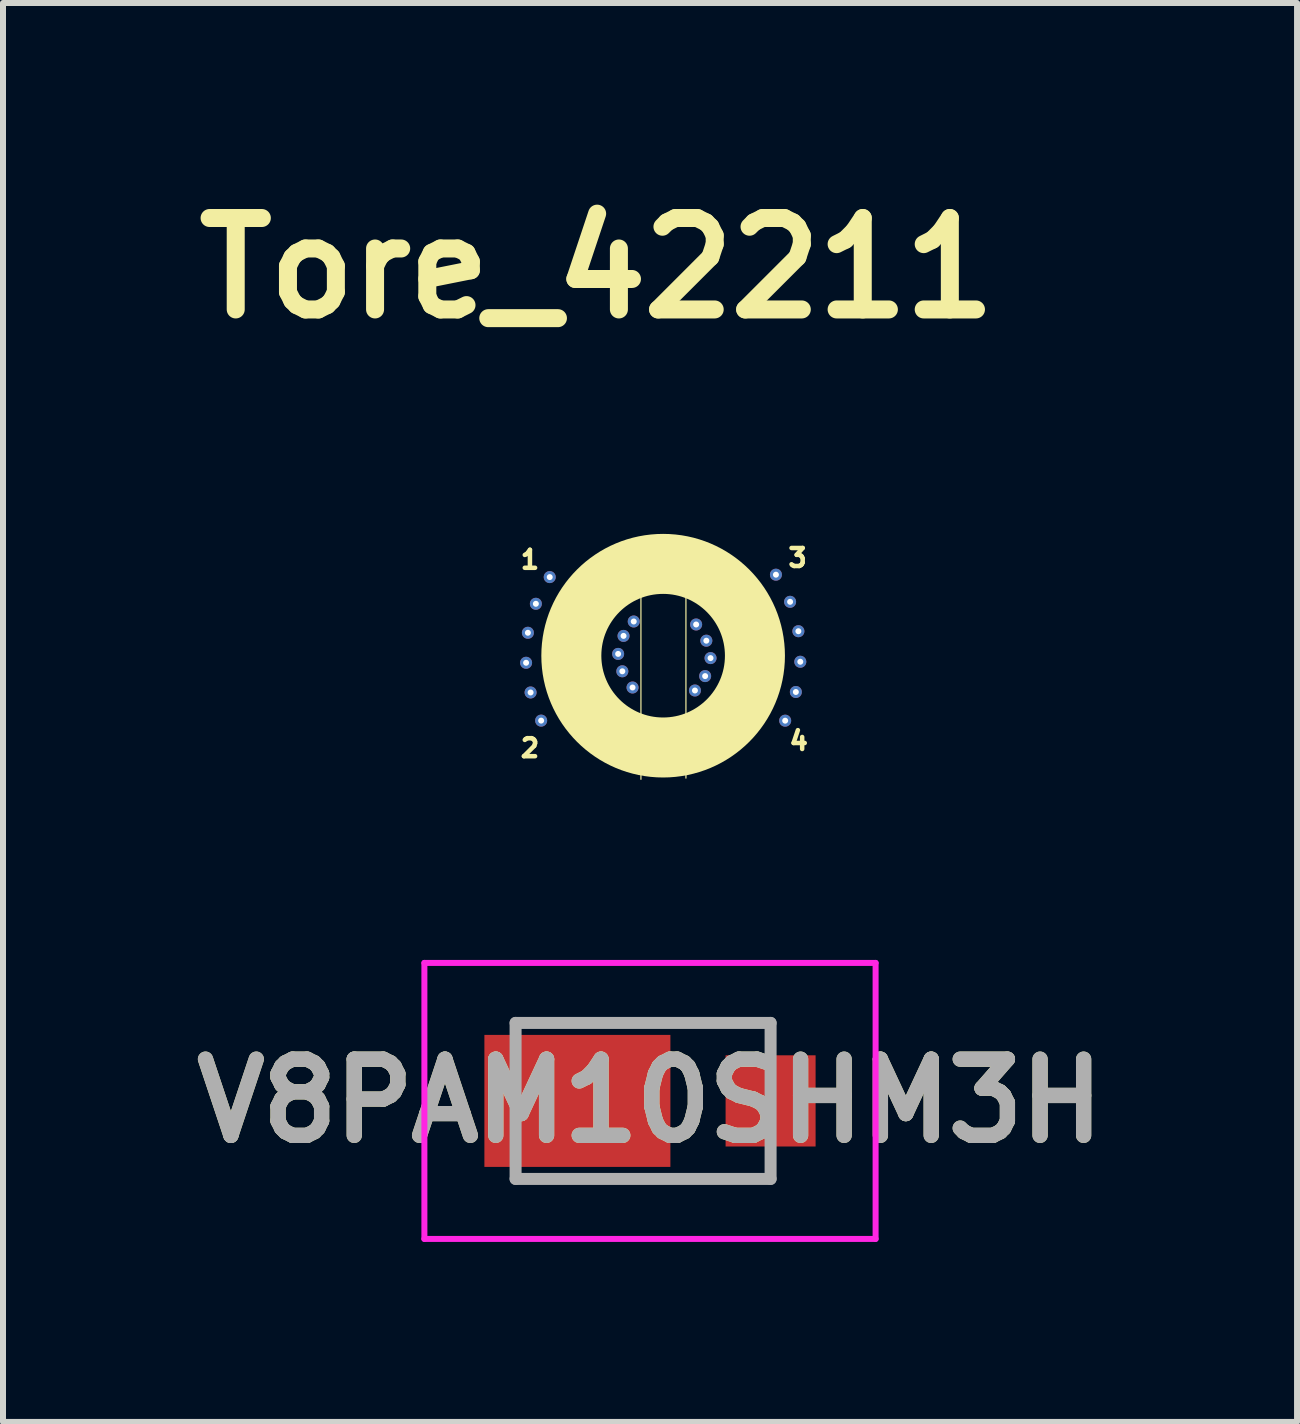
<source format=kicad_pcb>
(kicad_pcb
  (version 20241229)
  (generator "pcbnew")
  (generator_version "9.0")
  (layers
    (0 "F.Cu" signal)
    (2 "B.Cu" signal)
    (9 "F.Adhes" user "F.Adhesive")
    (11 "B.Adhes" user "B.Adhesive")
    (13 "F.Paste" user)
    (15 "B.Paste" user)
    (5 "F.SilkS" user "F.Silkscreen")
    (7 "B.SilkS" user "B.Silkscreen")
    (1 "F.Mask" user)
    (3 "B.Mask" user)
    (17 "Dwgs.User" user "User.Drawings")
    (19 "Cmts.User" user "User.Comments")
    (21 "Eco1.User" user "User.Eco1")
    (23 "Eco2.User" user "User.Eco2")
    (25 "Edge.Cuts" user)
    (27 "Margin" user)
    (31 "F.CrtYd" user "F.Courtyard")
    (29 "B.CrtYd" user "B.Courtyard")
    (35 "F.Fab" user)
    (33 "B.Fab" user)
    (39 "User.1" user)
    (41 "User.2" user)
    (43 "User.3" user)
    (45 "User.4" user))
  (footprint "Tore_42211"
    (layer "F.Cu")
    (at 8.012 7.888)
    (property "Reference" "Tore_42211" (at -1.11 -6.47 0) (layer "F.SilkS") (effects (font (size 1.524 1.524) (thickness 0.3))))
    (attr through_hole)
    (fp_line (start -0.38 -1.82) (end -0.38 2.05) (stroke (width 0.02) (type solid)) (layer "F.SilkS"))
    (fp_line (start 0.37 -1.84) (end 0.37 2.03) (stroke (width 0.02) (type solid)) (layer "F.SilkS"))
    (fp_circle (center -0.01 -0.01) (end 1.52 -0.01) (stroke (width 1) (type solid)) (fill no) (layer "F.SilkS"))
    (fp_line (start -2.29 0.1) (end -0.68 0.24) (stroke (width 0.12) (type solid)) (layer "In2.Cu"))
    (fp_line (start -2.28 -0.39) (end -0.74 -0.04) (stroke (width 0.12) (type solid)) (layer "In2.Cu"))
    (fp_line (start -2.15 -0.88) (end -0.66 -0.34) (stroke (width 0.12) (type solid)) (layer "In2.Cu"))
    (fp_line (start -1.91 -1.32) (end -0.48 -0.58) (stroke (width 0.12) (type solid)) (layer "In2.Cu"))
    (fp_line (start -0.51 0.52) (end -2.24 0.61) (stroke (width 0.12) (type solid)) (layer "In2.Cu"))
    (fp_line (start 0.55 -0.52) (end 2.12 -0.9) (stroke (width 0.12) (type solid)) (layer "In2.Cu"))
    (fp_line (start 2.03 1.07) (end 0.5 0.57) (stroke (width 0.12) (type solid)) (layer "In2.Cu"))
    (fp_line (start 2.21 0.61) (end 0.68 0.33) (stroke (width 0.12) (type solid)) (layer "In2.Cu"))
    (fp_line (start 2.25 -0.42) (end 0.7 -0.25) (stroke (width 0.12) (type solid)) (layer "In2.Cu"))
    (fp_line (start 2.27 0.09) (end 0.76 0.03) (stroke (width 0.12) (type solid)) (layer "In2.Cu"))
    (fp_poly (pts (xy 0.158 -2.031) (xy 0.3 -2.015) (xy 0.44 -1.988) (xy 0.476 -1.98) (xy 0.614 -1.941) (xy 0.747 -1.894) (xy 0.876 -1.837) (xy 1 -1.773) (xy 1.119 -1.701) (xy 1.232 -1.621) (xy 1.339 -1.534) (xy 1.44 -1.44) (xy 1.534 -1.34) (xy 1.621 -1.233) (xy 1.701 -1.121) (xy 1.773 -1.003) (xy 1.838 -0.881) (xy 1.893 -0.753) (xy 1.941 -0.621) (xy 1.979 -0.486) (xy 1.998 -0.398) (xy 2.021 -0.259) (xy 2.033 -0.12) (xy 2.036 0.019) (xy 2.028 0.159) (xy 2.011 0.3) (xy 2.003 0.346) (xy 1.973 0.484) (xy 1.934 0.618) (xy 1.886 0.749) (xy 1.828 0.876) (xy 1.762 0.999) (xy 1.688 1.117) (xy 1.605 1.23) (xy 1.514 1.338) (xy 1.416 1.439) (xy 1.311 1.534) (xy 1.199 1.622) (xy 1.125 1.673) (xy 1.004 1.747) (xy 0.879 1.813) (xy 0.75 1.869) (xy 0.617 1.917) (xy 0.481 1.955) (xy 0.343 1.984) (xy 0.203 2.004) (xy 0.063 2.013) (xy -0.018 2.014) (xy -0.05 2.014) (xy -0.079 2.013) (xy -0.105 2.012) (xy -0.125 2.012) (xy -0.135 2.011) (xy -0.28 1.997) (xy -0.422 1.973) (xy -0.561 1.939) (xy -0.697 1.896) (xy -0.829 1.843) (xy -0.957 1.782) (xy -1.081 1.712) (xy -1.2 1.633) (xy -1.313 1.546) (xy -1.421 1.451) (xy -1.46 1.412) (xy -1.559 1.307) (xy -1.649 1.195) (xy -1.73 1.079) (xy -1.803 0.957) (xy -1.867 0.831) (xy -1.922 0.7) (xy -1.968 0.566) (xy -2.004 0.427) (xy -2.031 0.285) (xy -2.041 0.214) (xy -2.045 0.173) (xy -2.047 0.124) (xy -2.049 0.069) (xy -2.05 0.012) (xy -2.05 -0.012) (xy -1.033 -0.012) (xy -1.028 0.09) (xy -1.014 0.188) (xy -0.991 0.282) (xy -0.959 0.373) (xy -0.916 0.462) (xy -0.885 0.516) (xy -0.831 0.596) (xy -0.769 0.67) (xy -0.7 0.738) (xy -0.626 0.799) (xy -0.546 0.853) (xy -0.462 0.9) (xy -0.375 0.938) (xy -0.285 0.968) (xy -0.194 0.988) (xy -0.155 0.993) (xy -0.133 0.996) (xy -0.114 0.999) (xy -0.1 1.001) (xy -0.097 1.001) (xy -0.083 1.002) (xy -0.061 1.003) (xy -0.033 1.003) (xy -0.001 1.002) (xy 0.033 1.001) (xy 0.068 0.999) (xy 0.1 0.997) (xy 0.128 0.995) (xy 0.15 0.993) (xy 0.157 0.991) (xy 0.237 0.975) (xy 0.312 0.954) (xy 0.385 0.927) (xy 0.449 0.898) (xy 0.537 0.849) (xy 0.619 0.792) (xy 0.694 0.728) (xy 0.763 0.657) (xy 0.825 0.58) (xy 0.879 0.497) (xy 0.925 0.408) (xy 0.963 0.315) (xy 0.99 0.224) (xy 1.005 0.148) (xy 1.013 0.067) (xy 1.016 -0.017) (xy 1.012 -0.101) (xy 1.002 -0.184) (xy 0.99 -0.245) (xy 0.964 -0.334) (xy 0.93 -0.422) (xy 0.886 -0.508) (xy 0.836 -0.59) (xy 0.811 -0.624) (xy 0.791 -0.649) (xy 0.764 -0.679) (xy 0.733 -0.711) (xy 0.701 -0.744) (xy 0.669 -0.774) (xy 0.639 -0.8) (xy 0.616 -0.819) (xy 0.532 -0.876) (xy 0.443 -0.925) (xy 0.35 -0.964) (xy 0.252 -0.995) (xy 0.152 -1.016) (xy 0.12 -1.02) (xy 0.08 -1.023) (xy 0.035 -1.025) (xy -0.012 -1.025) (xy -0.059 -1.025) (xy -0.103 -1.023) (xy -0.142 -1.02) (xy -0.17 -1.016) (xy -0.247 -1.001) (xy -0.317 -0.981) (xy -0.385 -0.957) (xy -0.453 -0.928) (xy -0.465 -0.922) (xy -0.553 -0.873) (xy -0.634 -0.817) (xy -0.71 -0.753) (xy -0.779 -0.683) (xy -0.841 -0.606) (xy -0.895 -0.523) (xy -0.941 -0.436) (xy -0.978 -0.344) (xy -1 -0.271) (xy -1.014 -0.213) (xy -1.024 -0.158) (xy -1.03 -0.101) (xy -1.032 -0.04) (xy -1.033 -0.012) (xy -2.05 -0.012) (xy -2.05 -0.047) (xy -2.049 -0.104) (xy -2.047 -0.158) (xy -2.044 -0.206) (xy -2.041 -0.238) (xy -2.018 -0.382) (xy -1.986 -0.523) (xy -1.945 -0.659) (xy -1.894 -0.793) (xy -1.834 -0.922) (xy -1.765 -1.047) (xy -1.736 -1.094) (xy -1.656 -1.209) (xy -1.569 -1.319) (xy -1.473 -1.423) (xy -1.37 -1.521) (xy -1.261 -1.611) (xy -1.147 -1.694) (xy -1.066 -1.745) (xy -0.94 -1.815) (xy -0.811 -1.875) (xy -0.678 -1.926) (xy -0.543 -1.968) (xy -0.405 -2) (xy -0.265 -2.022) (xy -0.125 -2.035) (xy 0.017 -2.038) (xy 0.158 -2.031)) (stroke (width 0.01) (type solid)) (fill no) (layer "Eco1.User"))
    (fp_text user "1" (at -2.23 -1.61 0) (layer "F.SilkS") (effects (font (size 0.3 0.3) (thickness 0.075))))
    (fp_text user "4" (at 2.25 1.41 0) (layer "F.SilkS") (effects (font (size 0.3 0.3) (thickness 0.075))))
    (fp_text user "3" (at 2.23 -1.64 0) (layer "F.SilkS") (effects (font (size 0.3 0.3) (thickness 0.075))))
    (fp_text user "2" (at -2.23 1.53 0) (layer "F.SilkS") (effects (font (size 0.3 0.3) (thickness 0.075))))
    (pad "" thru_hole circle (at -2.294 0.108 36) (size 0.2 0.2) (drill 0.1) (layers "*.Cu" "*.Mask"))
    (pad "" thru_hole circle (at -2.264 -0.392 24) (size 0.2 0.2) (drill 0.1) (layers "*.Cu" "*.Mask"))
    (pad "" thru_hole circle (at -2.219 0.603 48) (size 0.2 0.2) (drill 0.1) (layers "*.Cu" "*.Mask"))
    (pad "" thru_hole circle (at -2.131 -0.875 12) (size 0.2 0.2) (drill 0.1) (layers "*.Cu" "*.Mask"))
    (pad "" thru_hole circle (at -0.76 -0.04 60) (size 0.2 0.2) (drill 0.1) (layers "*.Cu" "*.Mask"))
    (pad "" thru_hole circle (at -0.69 0.25 90) (size 0.2 0.2) (drill 0.1) (layers "*.Cu" "*.Mask"))
    (pad "" thru_hole circle (at -0.67 -0.34 30) (size 0.2 0.2) (drill 0.1) (layers "*.Cu" "*.Mask"))
    (pad "" thru_hole circle (at -0.52 0.52 120) (size 0.2 0.2) (drill 0.1) (layers "*.Cu" "*.Mask"))
    (pad "" thru_hole circle (at -0.5 -0.58) (size 0.2 0.2) (drill 0.1) (layers "*.Cu" "*.Mask"))
    (pad "" thru_hole circle (at 0.52 0.57 180) (size 0.2 0.2) (drill 0.1) (layers "*.Cu" "*.Mask"))
    (pad "" thru_hole circle (at 0.54 -0.53 300) (size 0.2 0.2) (drill 0.1) (layers "*.Cu" "*.Mask"))
    (pad "" thru_hole circle (at 0.69 0.33 210) (size 0.2 0.2) (drill 0.1) (layers "*.Cu" "*.Mask"))
    (pad "" thru_hole circle (at 0.71 -0.26 270) (size 0.2 0.2) (drill 0.1) (layers "*.Cu" "*.Mask"))
    (pad "" thru_hole circle (at 0.78 0.03 240) (size 0.2 0.2) (drill 0.1) (layers "*.Cu" "*.Mask"))
    (pad "" thru_hole circle (at 2.106 -0.908 288) (size 0.2 0.2) (drill 0.1) (layers "*.Cu" "*.Mask"))
    (pad "" thru_hole circle (at 2.202 0.595 252) (size 0.2 0.2) (drill 0.1) (layers "*.Cu" "*.Mask"))
    (pad "" thru_hole circle (at 2.244 -0.418 276) (size 0.2 0.2) (drill 0.1) (layers "*.Cu" "*.Mask"))
    (pad "" thru_hole circle (at 2.276 0.091 264) (size 0.2 0.2) (drill 0.1) (layers "*.Cu" "*.Mask"))
    (pad "1" thru_hole circle (at -1.9 -1.32) (size 0.2 0.2) (drill 0.1) (layers "*.Cu" "*.Mask"))
    (pad "2" thru_hole circle (at -2.043 1.072 60) (size 0.2 0.2) (drill 0.1) (layers "*.Cu" "*.Mask"))
    (pad "3" thru_hole circle (at 1.87 -1.36 300) (size 0.2 0.2) (drill 0.1) (layers "*.Cu" "*.Mask"))
    (pad "4" thru_hole circle (at 2.024 1.073 240) (size 0.2 0.2) (drill 0.1) (layers "*.Cu" "*.Mask")))
  (footprint "V8PAM10SHM3H"
    (layer "F.Cu")
    (at 7.668 15.298)
    (property "Reference" "V8PAM10SHM3H" (at 0.115 0 0) (layer "F.SilkS") (effects (font (size 1.27 1.27) (thickness 0.254))))
    (attr smd)
    (fp_line (start 0.725 -1.3) (end 2.125 -1.3) (stroke (width 0.1) (type solid)) (layer "F.SilkS"))
    (fp_line (start 2.125 -1.3) (end 2.125 -1) (stroke (width 0.1) (type solid)) (layer "F.SilkS"))
    (fp_line (start 2.125 1) (end 2.125 1.3) (stroke (width 0.1) (type solid)) (layer "F.SilkS"))
    (fp_line (start 2.125 1.3) (end 0.725 1.3) (stroke (width 0.1) (type solid)) (layer "F.SilkS"))
    (fp_line (start -3.645 -2.3) (end 3.875 -2.3) (stroke (width 0.1) (type solid)) (layer "F.CrtYd"))
    (fp_line (start -3.645 2.3) (end -3.645 -2.3) (stroke (width 0.1) (type solid)) (layer "F.CrtYd"))
    (fp_line (start 3.875 -2.3) (end 3.875 2.3) (stroke (width 0.1) (type solid)) (layer "F.CrtYd"))
    (fp_line (start 3.875 2.3) (end -3.645 2.3) (stroke (width 0.1) (type solid)) (layer "F.CrtYd"))
    (fp_line (start -2.125 -1.3) (end 2.125 -1.3) (stroke (width 0.2) (type solid)) (layer "F.Fab"))
    (fp_line (start -2.125 1.3) (end -2.125 -1.3) (stroke (width 0.2) (type solid)) (layer "F.Fab"))
    (fp_line (start 2.125 -1.3) (end 2.125 1.3) (stroke (width 0.2) (type solid)) (layer "F.Fab"))
    (fp_line (start 2.125 1.3) (end -2.125 1.3) (stroke (width 0.2) (type solid)) (layer "F.Fab"))
    (fp_text user "${REFERENCE}" (at 0.115 0 0) (layer "F.Fab") (effects (font (size 1.27 1.27) (thickness 0.254))))
    (pad "1" smd rect (at -1.095 0 90) (size 2.2 3.1) (layers "F.Cu" "F.Mask" "F.Paste"))
    (pad "2" smd rect (at 2.125 0) (size 1.5 1.52) (layers "F.Cu" "F.Mask" "F.Paste")))
  (gr_rect
    (start -3 -3)
    (end 18.567 20.648)
    (stroke (width 0.1) (type default))
    (fill no)
    (layer "Edge.Cuts")))
</source>
